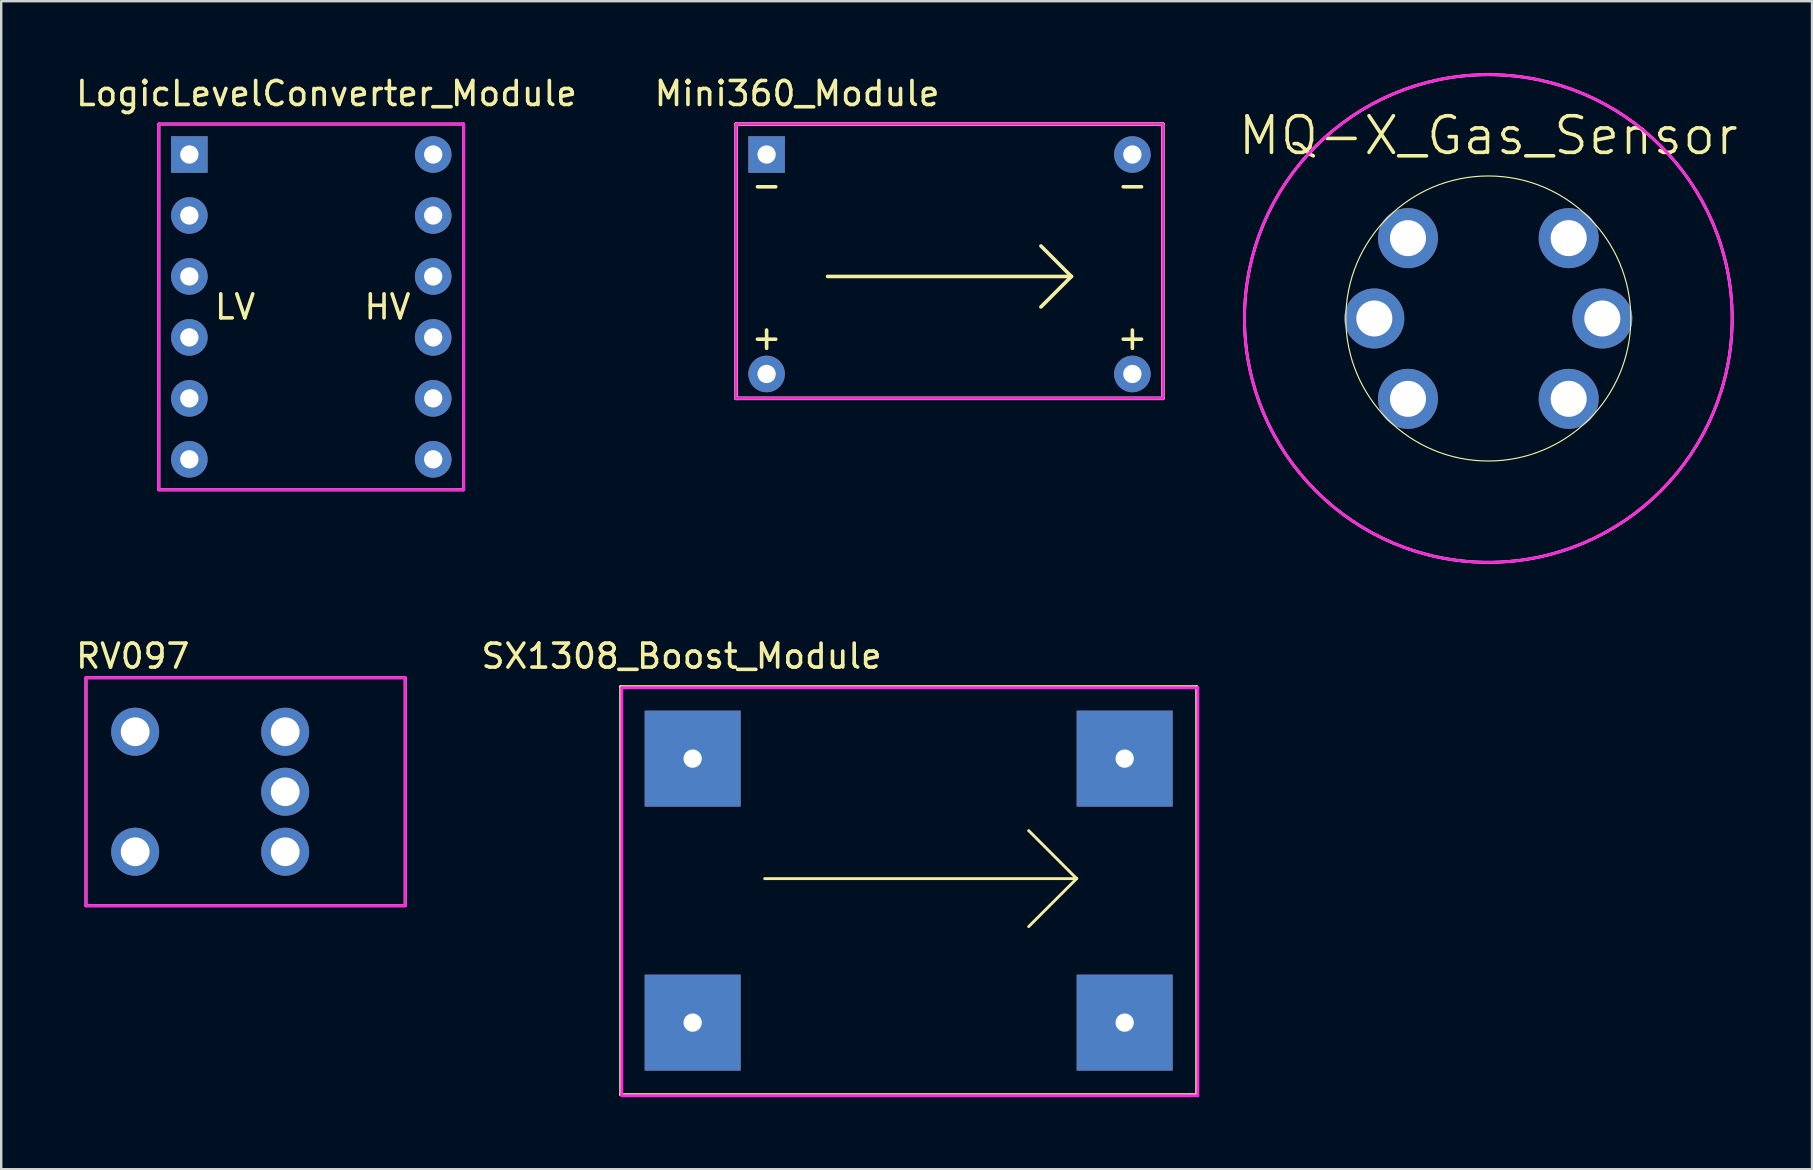
<source format=kicad_pcb>
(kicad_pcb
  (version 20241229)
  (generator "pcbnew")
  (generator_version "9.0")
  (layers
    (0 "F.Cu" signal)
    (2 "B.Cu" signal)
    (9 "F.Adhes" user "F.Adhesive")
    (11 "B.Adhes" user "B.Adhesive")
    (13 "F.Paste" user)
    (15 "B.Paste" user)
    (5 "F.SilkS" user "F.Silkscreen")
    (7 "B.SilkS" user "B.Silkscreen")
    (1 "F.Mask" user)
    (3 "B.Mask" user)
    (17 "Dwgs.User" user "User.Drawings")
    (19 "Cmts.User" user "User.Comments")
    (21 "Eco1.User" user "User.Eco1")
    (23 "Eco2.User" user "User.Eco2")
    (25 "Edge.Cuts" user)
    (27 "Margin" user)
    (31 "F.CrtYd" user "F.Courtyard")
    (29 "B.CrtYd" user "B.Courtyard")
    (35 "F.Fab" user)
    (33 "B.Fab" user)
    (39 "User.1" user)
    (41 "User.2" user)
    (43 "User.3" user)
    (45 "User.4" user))
  (footprint "RV097"
    (layer "F.Cu")
    (at 8.832 27.438)
    (property "Reference" "RV097" (at -6.35 -3.15 0) (layer "F.SilkS") (effects (font (size 1 1) (thickness 0.15))))
    (attr through_hole)
    (fp_line (start -8.3 -2.25) (end -8.3 7.25) (stroke (width 0.12) (type solid)) (layer "F.SilkS"))
    (fp_line (start -8.3 7.25) (end 5 7.25) (stroke (width 0.12) (type solid)) (layer "F.SilkS"))
    (fp_line (start 5 -2.25) (end -8.3 -2.25) (stroke (width 0.12) (type solid)) (layer "F.SilkS"))
    (fp_line (start 5 7.25) (end 5 -2.25) (stroke (width 0.12) (type solid)) (layer "F.SilkS"))
    (fp_line (start -8.3 7.25) (end -8.3 -2.25) (stroke (width 0.12) (type solid)) (layer "F.CrtYd"))
    (fp_line (start 5 -2.25) (end -8.3 -2.25) (stroke (width 0.12) (type solid)) (layer "F.CrtYd"))
    (fp_line (start 5 -2.25) (end 5 7.25) (stroke (width 0.12) (type solid)) (layer "F.CrtYd"))
    (fp_line (start 5 7.25) (end -8.3 7.25) (stroke (width 0.12) (type solid)) (layer "F.CrtYd"))
    (pad "1" thru_hole circle (at 0 0) (size 2 2) (drill 1.2) (layers "*.Cu" "*.Mask"))
    (pad "2" thru_hole circle (at 0 2.5) (size 2 2) (drill 1.2) (layers "*.Cu" "*.Mask"))
    (pad "3" thru_hole circle (at 0 5) (size 2 2) (drill 1.2) (layers "*.Cu" "*.Mask"))
    (pad "4" thru_hole circle (at -6.25 5) (size 2 2) (drill 1.2) (layers "*.Cu" "*.Mask"))
    (pad "5" thru_hole circle (at -6.25 0) (size 2 2) (drill 1.2) (layers "*.Cu" "*.Mask")))
  (footprint "Mini360_Module"
    (layer "F.Cu")
    (at 28.891 3.388)
    (property "Reference" "Mini360_Module" (at 1.27 -2.54 0) (layer "F.SilkS") (effects (font (size 1 1) (thickness 0.15))))
    (attr through_hole)
    (fp_line (start -1.27 -1.27) (end -1.27 10.16) (stroke (width 0.15) (type solid)) (layer "F.SilkS"))
    (fp_line (start -1.27 10.16) (end 16.51 10.16) (stroke (width 0.15) (type solid)) (layer "F.SilkS"))
    (fp_line (start 2.54 5.08) (end 12.7 5.08) (stroke (width 0.15) (type solid)) (layer "F.SilkS"))
    (fp_line (start 11.43 3.81) (end 12.7 5.08) (stroke (width 0.15) (type solid)) (layer "F.SilkS"))
    (fp_line (start 12.7 5.08) (end 11.43 6.35) (stroke (width 0.15) (type solid)) (layer "F.SilkS"))
    (fp_line (start 16.51 -1.27) (end -1.27 -1.27) (stroke (width 0.15) (type solid)) (layer "F.SilkS"))
    (fp_line (start 16.51 10.16) (end 16.51 -1.27) (stroke (width 0.15) (type solid)) (layer "F.SilkS"))
    (fp_line (start -1.27 -1.27) (end 16.51 -1.27) (stroke (width 0.12) (type solid)) (layer "F.CrtYd"))
    (fp_line (start -1.27 10.16) (end -1.27 -1.27) (stroke (width 0.12) (type solid)) (layer "F.CrtYd"))
    (fp_line (start 16.51 -1.27) (end 16.51 10.16) (stroke (width 0.12) (type solid)) (layer "F.CrtYd"))
    (fp_line (start 16.51 10.16) (end -1.27 10.16) (stroke (width 0.12) (type solid)) (layer "F.CrtYd"))
    (fp_text user "-" (at 15.24 1.27 0) (layer "F.SilkS") (effects (font (size 1 1) (thickness 0.15))))
    (fp_text user "-" (at 0 1.27 0) (layer "F.SilkS") (effects (font (size 1 1) (thickness 0.15))))
    (fp_text user "+" (at 0 7.62 0) (layer "F.SilkS") (effects (font (size 1 1) (thickness 0.15))))
    (fp_text user "+" (at 15.24 7.62 0) (layer "F.SilkS") (effects (font (size 1 1) (thickness 0.15))))
    (pad "1" thru_hole circle (at 0 9.144) (size 1.524 1.524) (drill 0.762) (layers "*.Cu" "*.Mask"))
    (pad "2" thru_hole rect (at 0 0) (size 1.524 1.524) (drill 0.762) (layers "*.Cu" "*.Mask"))
    (pad "3" thru_hole circle (at 15.24 9.144) (size 1.524 1.524) (drill 0.762) (layers "*.Cu" "*.Mask"))
    (pad "4" thru_hole circle (at 15.24 0) (size 1.524 1.524) (drill 0.762) (layers "*.Cu" "*.Mask")))
  (footprint "MQ-X_Gas_Sensor"
    (layer "F.Cu")
    (at 58.962 10.22)
    (property "Reference" "MQ-X_Gas_Sensor" (at 0 -7.62 0) (layer "F.SilkS") (effects (font (size 1.524 1.524) (thickness 0.15))))
    (attr through_hole)
    (fp_circle (center 0 0) (end -10.16 0) (stroke (width 0.12) (type solid)) (fill no) (layer "F.SilkS"))
    (fp_circle (center 0 0) (end 5.938 0) (stroke (width 0.048) (type solid)) (fill no) (layer "F.SilkS"))
    (fp_circle (center 0 0) (end 0 -10.16) (stroke (width 0.12) (type solid)) (fill no) (layer "F.CrtYd"))
    (pad "A1" thru_hole circle (at -3.348 -3.348) (size 2.5 2.5) (drill 1.5) (layers "*.Cu" "*.Mask"))
    (pad "A2" thru_hole circle (at -3.348 3.348) (size 2.5 2.5) (drill 1.5) (layers "*.Cu" "*.Mask"))
    (pad "B1" thru_hole circle (at 3.348 -3.348) (size 2.5 2.5) (drill 1.5) (layers "*.Cu" "*.Mask"))
    (pad "B2" thru_hole circle (at 3.348 3.348) (size 2.5 2.5) (drill 1.5) (layers "*.Cu" "*.Mask"))
    (pad "HA" thru_hole circle (at -4.75 0) (size 2.5 2.5) (drill 1.5) (layers "*.Cu" "*.Mask"))
    (pad "HB" thru_hole circle (at 4.75 0) (size 2.5 2.5) (drill 1.5) (layers "*.Cu" "*.Mask")))
  (footprint "LogicLevelConverter_Module"
    (layer "F.Cu")
    (at 4.839 3.388)
    (property "Reference" "LogicLevelConverter_Module" (at 5.715 -2.54 0) (layer "F.SilkS") (effects (font (size 1 1) (thickness 0.15))))
    (attr through_hole)
    (fp_line (start -1.27 -1.27) (end 11.43 -1.27) (stroke (width 0.12) (type solid)) (layer "F.SilkS"))
    (fp_line (start -1.27 13.97) (end -1.27 -1.27) (stroke (width 0.12) (type solid)) (layer "F.SilkS"))
    (fp_line (start 11.43 -1.27) (end 11.43 13.97) (stroke (width 0.12) (type solid)) (layer "F.SilkS"))
    (fp_line (start 11.43 13.97) (end -1.27 13.97) (stroke (width 0.12) (type solid)) (layer "F.SilkS"))
    (fp_line (start -1.27 -1.27) (end 11.43 -1.27) (stroke (width 0.12) (type solid)) (layer "F.CrtYd"))
    (fp_line (start -1.27 13.97) (end -1.27 -1.27) (stroke (width 0.12) (type solid)) (layer "F.CrtYd"))
    (fp_line (start 11.43 -1.27) (end 11.43 13.97) (stroke (width 0.12) (type solid)) (layer "F.CrtYd"))
    (fp_line (start 11.43 13.97) (end -1.27 13.97) (stroke (width 0.12) (type solid)) (layer "F.CrtYd"))
    (fp_text user "LV" (at 1.905 6.35 0) (layer "F.SilkS") (effects (font (size 1 1) (thickness 0.15))))
    (fp_text user "HV" (at 8.255 6.35 0) (layer "F.SilkS") (effects (font (size 1 1) (thickness 0.15))))
    (pad "1" thru_hole rect (at 0 0) (size 1.524 1.524) (drill 0.762) (layers "*.Cu" "*.Mask"))
    (pad "2" thru_hole circle (at 0 2.54) (size 1.524 1.524) (drill 0.762) (layers "*.Cu" "*.Mask"))
    (pad "3" thru_hole circle (at 0 5.08) (size 1.524 1.524) (drill 0.762) (layers "*.Cu" "*.Mask"))
    (pad "4" thru_hole circle (at 0 7.62) (size 1.524 1.524) (drill 0.762) (layers "*.Cu" "*.Mask"))
    (pad "5" thru_hole circle (at 0 10.16) (size 1.524 1.524) (drill 0.762) (layers "*.Cu" "*.Mask"))
    (pad "6" thru_hole circle (at 0 12.7) (size 1.524 1.524) (drill 0.762) (layers "*.Cu" "*.Mask"))
    (pad "7" thru_hole circle (at 10.16 12.7) (size 1.524 1.524) (drill 0.762) (layers "*.Cu" "*.Mask"))
    (pad "8" thru_hole circle (at 10.16 10.16) (size 1.524 1.524) (drill 0.762) (layers "*.Cu" "*.Mask"))
    (pad "9" thru_hole circle (at 10.16 7.62) (size 1.524 1.524) (drill 0.762) (layers "*.Cu" "*.Mask"))
    (pad "10" thru_hole circle (at 10.16 5.08) (size 1.524 1.524) (drill 0.762) (layers "*.Cu" "*.Mask"))
    (pad "11" thru_hole circle (at 10.16 2.54) (size 1.524 1.524) (drill 0.762) (layers "*.Cu" "*.Mask"))
    (pad "12" thru_hole circle (at 10.16 0) (size 1.524 1.524) (drill 0.762) (layers "*.Cu" "*.Mask")))
  (footprint "SX1308_Boost_Module"
    (layer "F.Cu")
    (at 25.858 28.606)
    (property "Reference" "SX1308_Boost_Module" (at -0.508 -4.318 0) (layer "F.SilkS") (effects (font (size 1 1) (thickness 0.15))))
    (attr through_hole)
    (fp_line (start -3.048 -3.048) (end -3.048 13.952) (stroke (width 0.12) (type solid)) (layer "F.SilkS"))
    (fp_line (start -3.048 13.952) (end 20.952 13.952) (stroke (width 0.12) (type solid)) (layer "F.SilkS"))
    (fp_line (start 2.952 4.952) (end 15.952 4.952) (stroke (width 0.12) (type solid)) (layer "F.SilkS"))
    (fp_line (start 15.952 4.952) (end 13.952 2.952) (stroke (width 0.12) (type solid)) (layer "F.SilkS"))
    (fp_line (start 15.952 4.952) (end 13.952 6.952) (stroke (width 0.12) (type solid)) (layer "F.SilkS"))
    (fp_line (start 20.952 -3.048) (end -3.048 -3.048) (stroke (width 0.12) (type solid)) (layer "F.SilkS"))
    (fp_line (start 20.952 13.952) (end 20.952 -3.048) (stroke (width 0.12) (type solid)) (layer "F.SilkS"))
    (fp_line (start -3 -3) (end -3 14) (stroke (width 0.12) (type solid)) (layer "F.CrtYd"))
    (fp_line (start -3 14) (end 21 14) (stroke (width 0.12) (type solid)) (layer "F.CrtYd"))
    (fp_line (start 21 -3) (end -3 -3) (stroke (width 0.12) (type solid)) (layer "F.CrtYd"))
    (fp_line (start 21 14) (end 21 -3) (stroke (width 0.12) (type solid)) (layer "F.CrtYd"))
    (pad "1" thru_hole rect (at -0.048 -0.048) (size 4 4) (drill 0.762) (layers "*.Cu" "*.Mask"))
    (pad "2" thru_hole rect (at -0.048 10.952) (size 4 4) (drill 0.762) (layers "*.Cu" "*.Mask"))
    (pad "3" thru_hole rect (at 17.952 -0.048) (size 4 4) (drill 0.762) (layers "*.Cu" "*.Mask"))
    (pad "4" thru_hole rect (at 17.952 10.952) (size 4 4) (drill 0.762) (layers "*.Cu" "*.Mask")))
  (gr_rect
    (start -3 -3)
    (end 72.449 45.666)
    (stroke (width 0.1) (type default))
    (fill no)
    (layer "Edge.Cuts")))
</source>
